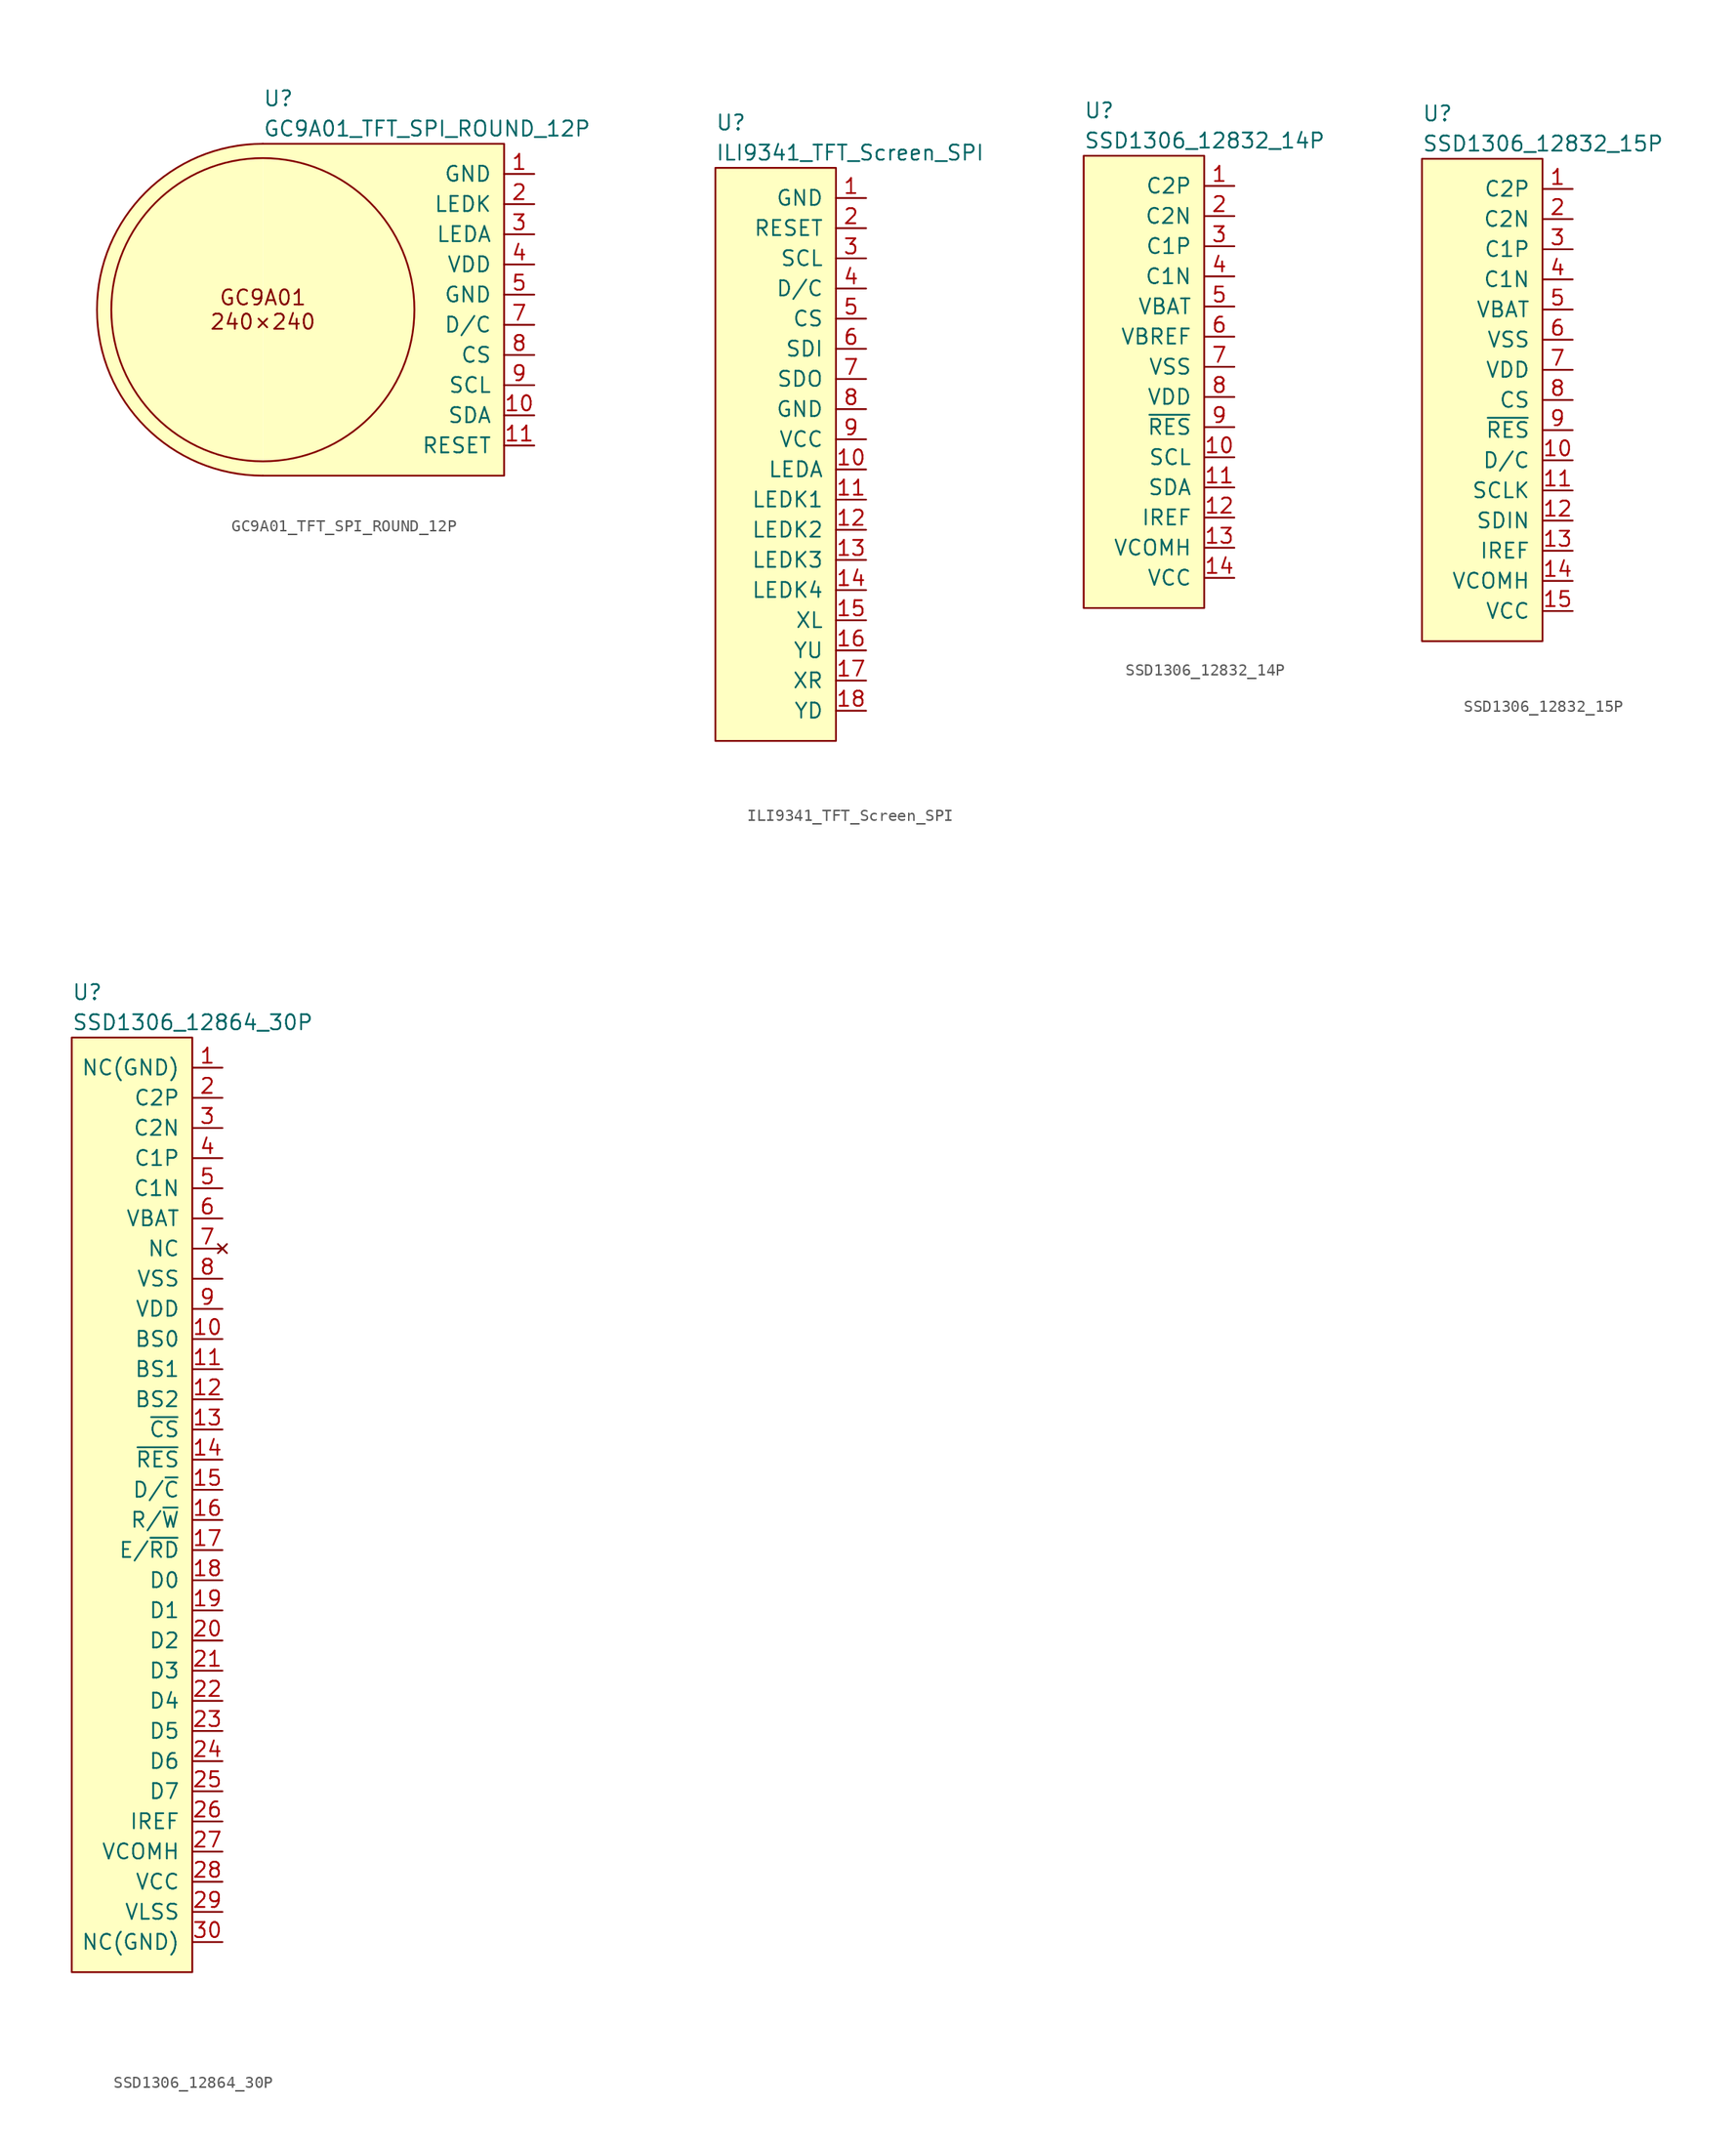
<source format=kicad_sym>
(kicad_symbol_lib
  (version 20231120)
  (generator "kicad_symbol_editor")
  (generator_version "8.0")
  (symbol "GC9A01_TFT_SPI_ROUND_12P"
    (pin_names
      (offset 1.016))
    (property "Reference" "U"
      (at 0 17.78 0)
      (effects (font (size 1.27 1.27)) (justify left)))
    (property "Value" "GC9A01_TFT_SPI_ROUND_12P"
      (at 0 15.24 0)
      (effects (font (size 1.27 1.27)) (justify left)))
    (symbol "GC9A01_TFT_SPI_ROUND_12P_0_1"
      (circle (center 0 0) (radius 12.763) (stroke (width 0) (type default)) (fill (type none))))
    (symbol "GC9A01_TFT_SPI_ROUND_12P_1_1"
      (polyline (pts (xy 0 13.97) (xy 20.32 13.97) (xy 20.32 -13.97) (xy 0 -13.97)) (stroke (width 0) (type default)) (fill (type background)))
      (arc (start 0 13.97) (mid -13.97 0) (end 0 -13.97) (stroke (width 0) (type default)) (fill (type background)))
      (text "GC9A01\n240×240" (at 0 0 0) (effects (font (size 1.27 1.27))))
      (pin power_in line (at 22.86 11.43 180) (length 2.54) (name "GND" (effects (font (size 1.27 1.27)))) (number "1" (effects (font (size 1.27 1.27)))))
      (pin input line (at 22.86 -8.89 180) (length 2.54) (name "SDA" (effects (font (size 1.27 1.27)))) (number "10" (effects (font (size 1.27 1.27)))))
      (pin input line (at 22.86 -11.43 180) (length 2.54) (name "RESET" (effects (font (size 1.27 1.27)))) (number "11" (effects (font (size 1.27 1.27)))))
      (pin power_in line (at 22.86 1.27 180) (length 2.54) hide (name "GND" (effects (font (size 1.27 1.27)))) (number "12" (effects (font (size 1.27 1.27)))))
      (pin power_in line (at 22.86 8.89 180) (length 2.54) (name "LEDK" (effects (font (size 1.27 1.27)))) (number "2" (effects (font (size 1.27 1.27)))))
      (pin power_in line (at 22.86 6.35 180) (length 2.54) (name "LEDA" (effects (font (size 1.27 1.27)))) (number "3" (effects (font (size 1.27 1.27)))))
      (pin power_in line (at 22.86 3.81 180) (length 2.54) (name "VDD" (effects (font (size 1.27 1.27)))) (number "4" (effects (font (size 1.27 1.27)))))
      (pin power_in line (at 22.86 1.27 180) (length 2.54) (name "GND" (effects (font (size 1.27 1.27)))) (number "5" (effects (font (size 1.27 1.27)))))
      (pin power_in line (at 22.86 1.27 180) (length 2.54) hide (name "GND" (effects (font (size 1.27 1.27)))) (number "6" (effects (font (size 1.27 1.27)))))
      (pin input line (at 22.86 -1.27 180) (length 2.54) (name "D/C" (effects (font (size 1.27 1.27)))) (number "7" (effects (font (size 1.27 1.27)))))
      (pin input line (at 22.86 -3.81 180) (length 2.54) (name "CS" (effects (font (size 1.27 1.27)))) (number "8" (effects (font (size 1.27 1.27)))))
      (pin input line (at 22.86 -6.35 180) (length 2.54) (name "SCL" (effects (font (size 1.27 1.27)))) (number "9" (effects (font (size 1.27 1.27)))))))
  (symbol "ILI9341_TFT_Screen_SPI"
    (pin_names
      (offset 1.016))
    (property "Reference" "U"
      (at 0 3.81 0)
      (effects (font (size 1.27 1.27)) (justify left)))
    (property "Value" "ILI9341_TFT_Screen_SPI"
      (at 0 1.27 0)
      (effects (font (size 1.27 1.27)) (justify left)))
    (symbol "ILI9341_TFT_Screen_SPI_0_1"
      (rectangle (start 0 0) (end 10.16 -48.26) (stroke (width 0) (type default)) (fill (type background))))
    (symbol "ILI9341_TFT_Screen_SPI_1_1"
      (pin power_in line (at 12.7 -2.54 180) (length 2.54) (name "GND" (effects (font (size 1.27 1.27)))) (number "1" (effects (font (size 1.27 1.27)))))
      (pin power_in line (at 12.7 -25.4 180) (length 2.54) (name "LEDA" (effects (font (size 1.27 1.27)))) (number "10" (effects (font (size 1.27 1.27)))))
      (pin power_in line (at 12.7 -27.94 180) (length 2.54) (name "LEDK1" (effects (font (size 1.27 1.27)))) (number "11" (effects (font (size 1.27 1.27)))))
      (pin power_in line (at 12.7 -30.48 180) (length 2.54) (name "LEDK2" (effects (font (size 1.27 1.27)))) (number "12" (effects (font (size 1.27 1.27)))))
      (pin power_in line (at 12.7 -33.02 180) (length 2.54) (name "LEDK3" (effects (font (size 1.27 1.27)))) (number "13" (effects (font (size 1.27 1.27)))))
      (pin power_in line (at 12.7 -35.56 180) (length 2.54) (name "LEDK4" (effects (font (size 1.27 1.27)))) (number "14" (effects (font (size 1.27 1.27)))))
      (pin output line (at 12.7 -38.1 180) (length 2.54) (name "XL" (effects (font (size 1.27 1.27)))) (number "15" (effects (font (size 1.27 1.27)))))
      (pin output line (at 12.7 -40.64 180) (length 2.54) (name "YU" (effects (font (size 1.27 1.27)))) (number "16" (effects (font (size 1.27 1.27)))))
      (pin output line (at 12.7 -43.18 180) (length 2.54) (name "XR" (effects (font (size 1.27 1.27)))) (number "17" (effects (font (size 1.27 1.27)))))
      (pin output line (at 12.7 -45.72 180) (length 2.54) (name "YD" (effects (font (size 1.27 1.27)))) (number "18" (effects (font (size 1.27 1.27)))))
      (pin input line (at 12.7 -5.08 180) (length 2.54) (name "RESET" (effects (font (size 1.27 1.27)))) (number "2" (effects (font (size 1.27 1.27)))))
      (pin input line (at 12.7 -7.62 180) (length 2.54) (name "SCL" (effects (font (size 1.27 1.27)))) (number "3" (effects (font (size 1.27 1.27)))))
      (pin input line (at 12.7 -10.16 180) (length 2.54) (name "D/C" (effects (font (size 1.27 1.27)))) (number "4" (effects (font (size 1.27 1.27)))))
      (pin input line (at 12.7 -12.7 180) (length 2.54) (name "CS" (effects (font (size 1.27 1.27)))) (number "5" (effects (font (size 1.27 1.27)))))
      (pin input line (at 12.7 -15.24 180) (length 2.54) (name "SDI" (effects (font (size 1.27 1.27)))) (number "6" (effects (font (size 1.27 1.27)))))
      (pin output line (at 12.7 -17.78 180) (length 2.54) (name "SDO" (effects (font (size 1.27 1.27)))) (number "7" (effects (font (size 1.27 1.27)))))
      (pin power_in line (at 12.7 -20.32 180) (length 2.54) (name "GND" (effects (font (size 1.27 1.27)))) (number "8" (effects (font (size 1.27 1.27)))))
      (pin power_in line (at 12.7 -22.86 180) (length 2.54) (name "VCC" (effects (font (size 1.27 1.27)))) (number "9" (effects (font (size 1.27 1.27)))))))
  (symbol "SSD1306_12832_14P"
    (pin_names
      (offset 1.016))
    (property "Reference" "U"
      (at 0 3.81 0)
      (effects (font (size 1.27 1.27)) (justify left)))
    (property "Value" "SSD1306_12832_14P"
      (at 0 1.27 0)
      (effects (font (size 1.27 1.27)) (justify left)))
    (symbol "SSD1306_12832_14P_0_1"
      (rectangle (start 0 0) (end 10.16 -38.1) (stroke (width 0) (type default)) (fill (type background))))
    (symbol "SSD1306_12832_14P_1_1"
      (pin power_out line (at 12.7 -2.54 180) (length 2.54) (name "C2P" (effects (font (size 1.27 1.27)))) (number "1" (effects (font (size 1.27 1.27)))))
      (pin input line (at 12.7 -25.4 180) (length 2.54) (name "SCL" (effects (font (size 1.27 1.27)))) (number "10" (effects (font (size 1.27 1.27)))))
      (pin input line (at 12.7 -27.94 180) (length 2.54) (name "SDA" (effects (font (size 1.27 1.27)))) (number "11" (effects (font (size 1.27 1.27)))))
      (pin input line (at 12.7 -30.48 180) (length 2.54) (name "IREF" (effects (font (size 1.27 1.27)))) (number "12" (effects (font (size 1.27 1.27)))))
      (pin power_in line (at 12.7 -33.02 180) (length 2.54) (name "VCOMH" (effects (font (size 1.27 1.27)))) (number "13" (effects (font (size 1.27 1.27)))))
      (pin power_in line (at 12.7 -35.56 180) (length 2.54) (name "VCC" (effects (font (size 1.27 1.27)))) (number "14" (effects (font (size 1.27 1.27)))))
      (pin power_out line (at 12.7 -5.08 180) (length 2.54) (name "C2N" (effects (font (size 1.27 1.27)))) (number "2" (effects (font (size 1.27 1.27)))))
      (pin power_out line (at 12.7 -7.62 180) (length 2.54) (name "C1P" (effects (font (size 1.27 1.27)))) (number "3" (effects (font (size 1.27 1.27)))))
      (pin power_out line (at 12.7 -10.16 180) (length 2.54) (name "C1N" (effects (font (size 1.27 1.27)))) (number "4" (effects (font (size 1.27 1.27)))))
      (pin power_in line (at 12.7 -12.7 180) (length 2.54) (name "VBAT" (effects (font (size 1.27 1.27)))) (number "5" (effects (font (size 1.27 1.27)))))
      (pin power_in line (at 12.7 -15.24 180) (length 2.54) (name "VBREF" (effects (font (size 1.27 1.27)))) (number "6" (effects (font (size 1.27 1.27)))))
      (pin power_in line (at 12.7 -17.78 180) (length 2.54) (name "VSS" (effects (font (size 1.27 1.27)))) (number "7" (effects (font (size 1.27 1.27)))))
      (pin power_in line (at 12.7 -20.32 180) (length 2.54) (name "VDD" (effects (font (size 1.27 1.27)))) (number "8" (effects (font (size 1.27 1.27)))))
      (pin input line (at 12.7 -22.86 180) (length 2.54) (name "~{RES}" (effects (font (size 1.27 1.27)))) (number "9" (effects (font (size 1.27 1.27)))))))
  (symbol "SSD1306_12832_15P"
    (pin_names
      (offset 1.016))
    (property "Reference" "U"
      (at 0 3.81 0)
      (effects (font (size 1.27 1.27)) (justify left)))
    (property "Value" "SSD1306_12832_15P"
      (at 0 1.27 0)
      (effects (font (size 1.27 1.27)) (justify left)))
    (symbol "SSD1306_12832_15P_0_1"
      (rectangle (start 0 0) (end 10.16 -40.64) (stroke (width 0) (type default)) (fill (type background))))
    (symbol "SSD1306_12832_15P_1_1"
      (pin power_out line (at 12.7 -2.54 180) (length 2.54) (name "C2P" (effects (font (size 1.27 1.27)))) (number "1" (effects (font (size 1.27 1.27)))))
      (pin input line (at 12.7 -25.4 180) (length 2.54) (name "D/C" (effects (font (size 1.27 1.27)))) (number "10" (effects (font (size 1.27 1.27)))))
      (pin input line (at 12.7 -27.94 180) (length 2.54) (name "SCLK" (effects (font (size 1.27 1.27)))) (number "11" (effects (font (size 1.27 1.27)))))
      (pin input line (at 12.7 -30.48 180) (length 2.54) (name "SDIN" (effects (font (size 1.27 1.27)))) (number "12" (effects (font (size 1.27 1.27)))))
      (pin input line (at 12.7 -33.02 180) (length 2.54) (name "IREF" (effects (font (size 1.27 1.27)))) (number "13" (effects (font (size 1.27 1.27)))))
      (pin power_in line (at 12.7 -35.56 180) (length 2.54) (name "VCOMH" (effects (font (size 1.27 1.27)))) (number "14" (effects (font (size 1.27 1.27)))))
      (pin power_in line (at 12.7 -38.1 180) (length 2.54) (name "VCC" (effects (font (size 1.27 1.27)))) (number "15" (effects (font (size 1.27 1.27)))))
      (pin power_out line (at 12.7 -5.08 180) (length 2.54) (name "C2N" (effects (font (size 1.27 1.27)))) (number "2" (effects (font (size 1.27 1.27)))))
      (pin power_out line (at 12.7 -7.62 180) (length 2.54) (name "C1P" (effects (font (size 1.27 1.27)))) (number "3" (effects (font (size 1.27 1.27)))))
      (pin power_out line (at 12.7 -10.16 180) (length 2.54) (name "C1N" (effects (font (size 1.27 1.27)))) (number "4" (effects (font (size 1.27 1.27)))))
      (pin power_in line (at 12.7 -12.7 180) (length 2.54) (name "VBAT" (effects (font (size 1.27 1.27)))) (number "5" (effects (font (size 1.27 1.27)))))
      (pin power_in line (at 12.7 -15.24 180) (length 2.54) (name "VSS" (effects (font (size 1.27 1.27)))) (number "6" (effects (font (size 1.27 1.27)))))
      (pin power_in line (at 12.7 -17.78 180) (length 2.54) (name "VDD" (effects (font (size 1.27 1.27)))) (number "7" (effects (font (size 1.27 1.27)))))
      (pin input line (at 12.7 -20.32 180) (length 2.54) (name "CS" (effects (font (size 1.27 1.27)))) (number "8" (effects (font (size 1.27 1.27)))))
      (pin input line (at 12.7 -22.86 180) (length 2.54) (name "~{RES}" (effects (font (size 1.27 1.27)))) (number "9" (effects (font (size 1.27 1.27)))))))
  (symbol "SSD1306_12864_30P"
    (pin_names
      (offset 1.016))
    (property "Reference" "U"
      (at 0 3.81 0)
      (effects (font (size 1.27 1.27)) (justify left)))
    (property "Value" "SSD1306_12864_30P"
      (at 0 1.27 0)
      (effects (font (size 1.27 1.27)) (justify left)))
    (symbol "SSD1306_12864_30P_0_1"
      (rectangle (start 0 0) (end 10.16 -78.74) (stroke (width 0) (type default)) (fill (type background))))
    (symbol "SSD1306_12864_30P_1_1"
      (pin power_out line (at 12.7 -2.54 180) (length 2.54) (name "NC(GND)" (effects (font (size 1.27 1.27)))) (number "1" (effects (font (size 1.27 1.27)))))
      (pin input line (at 12.7 -25.4 180) (length 2.54) (name "BS0" (effects (font (size 1.27 1.27)))) (number "10" (effects (font (size 1.27 1.27)))))
      (pin input line (at 12.7 -27.94 180) (length 2.54) (name "BS1" (effects (font (size 1.27 1.27)))) (number "11" (effects (font (size 1.27 1.27)))))
      (pin output line (at 12.7 -30.48 180) (length 2.54) (name "BS2" (effects (font (size 1.27 1.27)))) (number "12" (effects (font (size 1.27 1.27)))))
      (pin input line (at 12.7 -33.02 180) (length 2.54) (name "~{CS}" (effects (font (size 1.27 1.27)))) (number "13" (effects (font (size 1.27 1.27)))))
      (pin input line (at 12.7 -35.56 180) (length 2.54) (name "~{RES}" (effects (font (size 1.27 1.27)))) (number "14" (effects (font (size 1.27 1.27)))))
      (pin input line (at 12.7 -38.1 180) (length 2.54) (name "D/~{C}" (effects (font (size 1.27 1.27)))) (number "15" (effects (font (size 1.27 1.27)))))
      (pin input line (at 12.7 -40.64 180) (length 2.54) (name "R/~{W}" (effects (font (size 1.27 1.27)))) (number "16" (effects (font (size 1.27 1.27)))))
      (pin input line (at 12.7 -43.18 180) (length 2.54) (name "E/~{RD}" (effects (font (size 1.27 1.27)))) (number "17" (effects (font (size 1.27 1.27)))))
      (pin bidirectional line (at 12.7 -45.72 180) (length 2.54) (name "D0" (effects (font (size 1.27 1.27)))) (number "18" (effects (font (size 1.27 1.27)))))
      (pin bidirectional line (at 12.7 -48.26 180) (length 2.54) (name "D1" (effects (font (size 1.27 1.27)))) (number "19" (effects (font (size 1.27 1.27)))))
      (pin power_out line (at 12.7 -5.08 180) (length 2.54) (name "C2P" (effects (font (size 1.27 1.27)))) (number "2" (effects (font (size 1.27 1.27)))))
      (pin bidirectional line (at 12.7 -50.8 180) (length 2.54) (name "D2" (effects (font (size 1.27 1.27)))) (number "20" (effects (font (size 1.27 1.27)))))
      (pin bidirectional line (at 12.7 -53.34 180) (length 2.54) (name "D3" (effects (font (size 1.27 1.27)))) (number "21" (effects (font (size 1.27 1.27)))))
      (pin bidirectional line (at 12.7 -55.88 180) (length 2.54) (name "D4" (effects (font (size 1.27 1.27)))) (number "22" (effects (font (size 1.27 1.27)))))
      (pin bidirectional line (at 12.7 -58.42 180) (length 2.54) (name "D5" (effects (font (size 1.27 1.27)))) (number "23" (effects (font (size 1.27 1.27)))))
      (pin bidirectional line (at 12.7 -60.96 180) (length 2.54) (name "D6" (effects (font (size 1.27 1.27)))) (number "24" (effects (font (size 1.27 1.27)))))
      (pin bidirectional line (at 12.7 -63.5 180) (length 2.54) (name "D7" (effects (font (size 1.27 1.27)))) (number "25" (effects (font (size 1.27 1.27)))))
      (pin input line (at 12.7 -66.04 180) (length 2.54) (name "IREF" (effects (font (size 1.27 1.27)))) (number "26" (effects (font (size 1.27 1.27)))))
      (pin power_in line (at 12.7 -68.58 180) (length 2.54) (name "VCOMH" (effects (font (size 1.27 1.27)))) (number "27" (effects (font (size 1.27 1.27)))))
      (pin power_in line (at 12.7 -71.12 180) (length 2.54) (name "VCC" (effects (font (size 1.27 1.27)))) (number "28" (effects (font (size 1.27 1.27)))))
      (pin power_in line (at 12.7 -73.66 180) (length 2.54) (name "VLSS" (effects (font (size 1.27 1.27)))) (number "29" (effects (font (size 1.27 1.27)))))
      (pin power_out line (at 12.7 -7.62 180) (length 2.54) (name "C2N" (effects (font (size 1.27 1.27)))) (number "3" (effects (font (size 1.27 1.27)))))
      (pin power_in line (at 12.7 -76.2 180) (length 2.54) (name "NC(GND)" (effects (font (size 1.27 1.27)))) (number "30" (effects (font (size 1.27 1.27)))))
      (pin power_out line (at 12.7 -10.16 180) (length 2.54) (name "C1P" (effects (font (size 1.27 1.27)))) (number "4" (effects (font (size 1.27 1.27)))))
      (pin power_in line (at 12.7 -12.7 180) (length 2.54) (name "C1N" (effects (font (size 1.27 1.27)))) (number "5" (effects (font (size 1.27 1.27)))))
      (pin power_in line (at 12.7 -15.24 180) (length 2.54) (name "VBAT" (effects (font (size 1.27 1.27)))) (number "6" (effects (font (size 1.27 1.27)))))
      (pin no_connect line (at 12.7 -17.78 180) (length 2.54) (name "NC" (effects (font (size 1.27 1.27)))) (number "7" (effects (font (size 1.27 1.27)))))
      (pin power_in line (at 12.7 -20.32 180) (length 2.54) (name "VSS" (effects (font (size 1.27 1.27)))) (number "8" (effects (font (size 1.27 1.27)))))
      (pin power_in line (at 12.7 -22.86 180) (length 2.54) (name "VDD" (effects (font (size 1.27 1.27)))) (number "9" (effects (font (size 1.27 1.27))))))))
</source>
